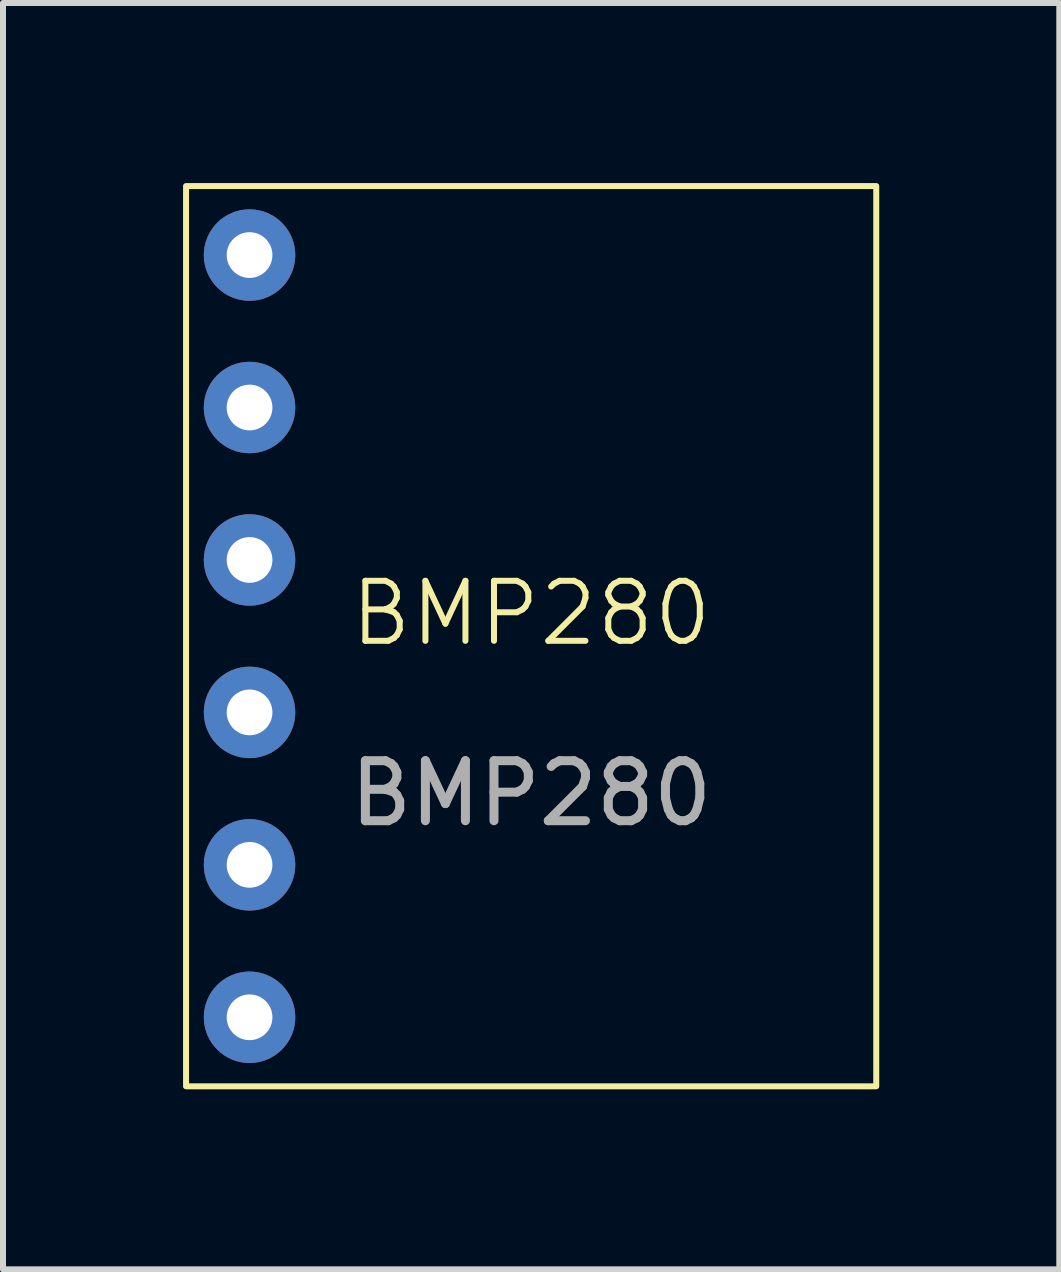
<source format=kicad_pcb>
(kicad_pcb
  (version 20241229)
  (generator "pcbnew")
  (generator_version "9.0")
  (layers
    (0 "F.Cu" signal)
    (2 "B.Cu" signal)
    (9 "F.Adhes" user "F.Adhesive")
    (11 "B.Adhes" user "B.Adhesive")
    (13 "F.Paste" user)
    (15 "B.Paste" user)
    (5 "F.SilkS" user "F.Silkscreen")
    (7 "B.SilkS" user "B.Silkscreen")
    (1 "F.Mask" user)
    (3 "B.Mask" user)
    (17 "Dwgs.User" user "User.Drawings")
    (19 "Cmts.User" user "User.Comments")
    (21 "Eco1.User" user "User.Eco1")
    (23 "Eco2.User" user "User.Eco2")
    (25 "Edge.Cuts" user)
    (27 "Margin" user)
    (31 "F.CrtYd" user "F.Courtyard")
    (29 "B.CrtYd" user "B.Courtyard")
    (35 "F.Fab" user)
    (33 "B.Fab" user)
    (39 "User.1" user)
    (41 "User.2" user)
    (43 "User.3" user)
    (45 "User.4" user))
  (footprint "BMP280"
    (layer "F.Cu")
    (at 5.8 7.67)
    (property "Reference" "BMP280" (at 0 -0.5 0) (unlocked yes) (layer "F.SilkS") (effects (font (size 1 1) (thickness 0.1))))
    (attr through_hole)
    (fp_rect (start -5.75 -7.62) (end 5.75 7.38) (stroke (width 0.1) (type default)) (fill no) (layer "F.SilkS"))
    (fp_text user "${REFERENCE}" (at 0 2.5 0) (unlocked yes) (layer "F.Fab") (effects (font (size 1 1) (thickness 0.15))))
    (pad "1" thru_hole circle (at -4.692 -6.47) (size 1.524 1.524) (drill 0.762) (layers "*.Cu" "*.Mask"))
    (pad "2" thru_hole circle (at -4.692 -3.93) (size 1.524 1.524) (drill 0.762) (layers "*.Cu" "*.Mask"))
    (pad "3" thru_hole circle (at -4.692 -1.39) (size 1.524 1.524) (drill 0.762) (layers "*.Cu" "*.Mask"))
    (pad "4" thru_hole circle (at -4.692 1.15) (size 1.524 1.524) (drill 0.762) (layers "*.Cu" "*.Mask"))
    (pad "5" thru_hole circle (at -4.692 3.69) (size 1.524 1.524) (drill 0.762) (layers "*.Cu" "*.Mask"))
    (pad "6" thru_hole circle (at -4.692 6.23) (size 1.524 1.524) (drill 0.762) (layers "*.Cu" "*.Mask")))
  (gr_rect
    (start -3 -3)
    (end 14.6 18.1)
    (stroke (width 0.1) (type default))
    (fill no)
    (layer "Edge.Cuts")))
</source>
